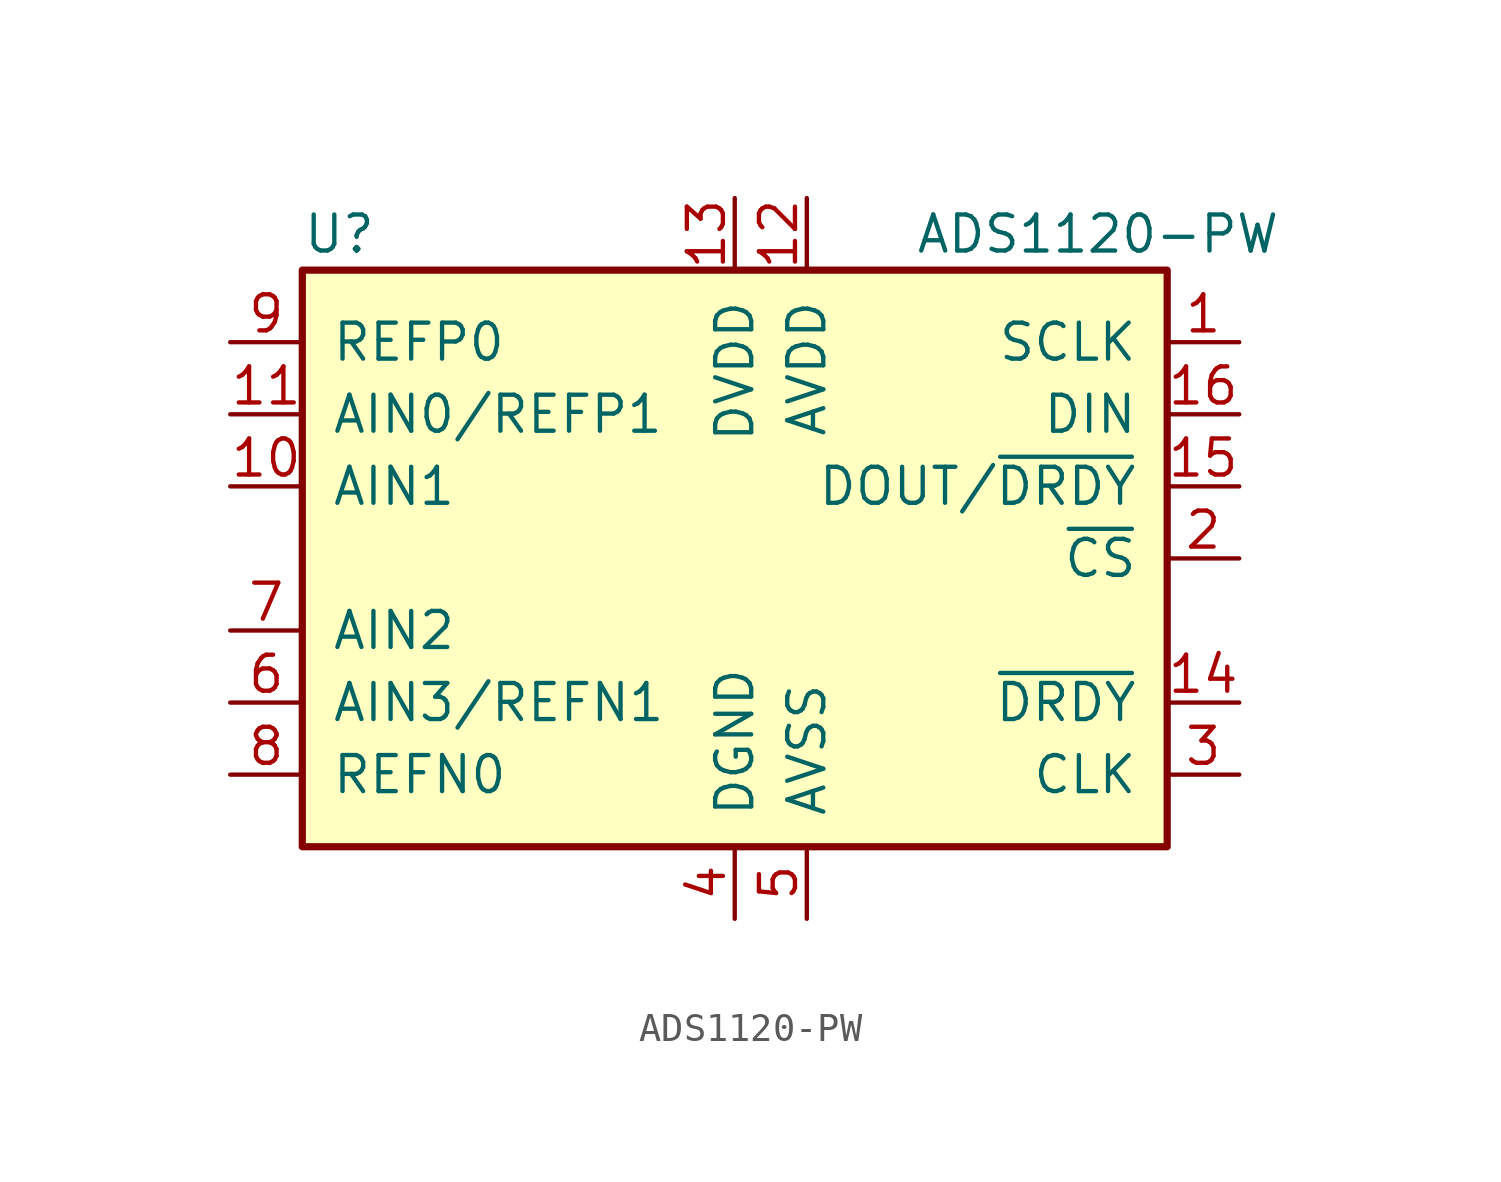
<source format=kicad_sym>
(kicad_symbol_lib
  (version 20211014)
  (generator kicad_symbol_editor)
  (symbol "ADS1120-PW"
    (pin_names
      (offset 1.016))
    (property "Reference" "U"
      (at -15.24 11.43 0)
      (effects (font (size 1.27 1.27)) (justify left)))
    (property "Value" "ADS1120-PW"
      (at 6.35 11.43 0)
      (effects (font (size 1.27 1.27)) (justify left)))
    (symbol "ADS1120-PW_0_1"
      (rectangle (start -15.24 10.16) (end 15.24 -10.16) (stroke (width 0.254) (type default) (color 0 0 0 0)) (fill (type background))))
    (symbol "ADS1120-PW_1_1"
      (pin input line (at 17.78 7.62 180) (length 2.54) (name "SCLK" (effects (font (size 1.27 1.27)))) (number "1" (effects (font (size 1.27 1.27)))))
      (pin input line (at -17.78 2.54 0) (length 2.54) (name "AIN1" (effects (font (size 1.27 1.27)))) (number "10" (effects (font (size 1.27 1.27)))))
      (pin input line (at -17.78 5.08 0) (length 2.54) (name "AIN0/REFP1" (effects (font (size 1.27 1.27)))) (number "11" (effects (font (size 1.27 1.27)))))
      (pin power_in line (at 2.54 12.7 270) (length 2.54) (name "AVDD" (effects (font (size 1.27 1.27)))) (number "12" (effects (font (size 1.27 1.27)))))
      (pin power_in line (at 0 12.7 270) (length 2.54) (name "DVDD" (effects (font (size 1.27 1.27)))) (number "13" (effects (font (size 1.27 1.27)))))
      (pin output line (at 17.78 -5.08 180) (length 2.54) (name "~{DRDY}" (effects (font (size 1.27 1.27)))) (number "14" (effects (font (size 1.27 1.27)))))
      (pin output line (at 17.78 2.54 180) (length 2.54) (name "DOUT/~{DRDY}" (effects (font (size 1.27 1.27)))) (number "15" (effects (font (size 1.27 1.27)))))
      (pin input line (at 17.78 5.08 180) (length 2.54) (name "DIN" (effects (font (size 1.27 1.27)))) (number "16" (effects (font (size 1.27 1.27)))))
      (pin input line (at 17.78 0 180) (length 2.54) (name "~{CS}" (effects (font (size 1.27 1.27)))) (number "2" (effects (font (size 1.27 1.27)))))
      (pin input line (at 17.78 -7.62 180) (length 2.54) (name "CLK" (effects (font (size 1.27 1.27)))) (number "3" (effects (font (size 1.27 1.27)))))
      (pin power_in line (at 0 -12.7 90) (length 2.54) (name "DGND" (effects (font (size 1.27 1.27)))) (number "4" (effects (font (size 1.27 1.27)))))
      (pin power_in line (at 2.54 -12.7 90) (length 2.54) (name "AVSS" (effects (font (size 1.27 1.27)))) (number "5" (effects (font (size 1.27 1.27)))))
      (pin input line (at -17.78 -5.08 0) (length 2.54) (name "AIN3/REFN1" (effects (font (size 1.27 1.27)))) (number "6" (effects (font (size 1.27 1.27)))))
      (pin input line (at -17.78 -2.54 0) (length 2.54) (name "AIN2" (effects (font (size 1.27 1.27)))) (number "7" (effects (font (size 1.27 1.27)))))
      (pin input line (at -17.78 -7.62 0) (length 2.54) (name "REFN0" (effects (font (size 1.27 1.27)))) (number "8" (effects (font (size 1.27 1.27)))))
      (pin input line (at -17.78 7.62 0) (length 2.54) (name "REFP0" (effects (font (size 1.27 1.27)))) (number "9" (effects (font (size 1.27 1.27))))))))
</source>
